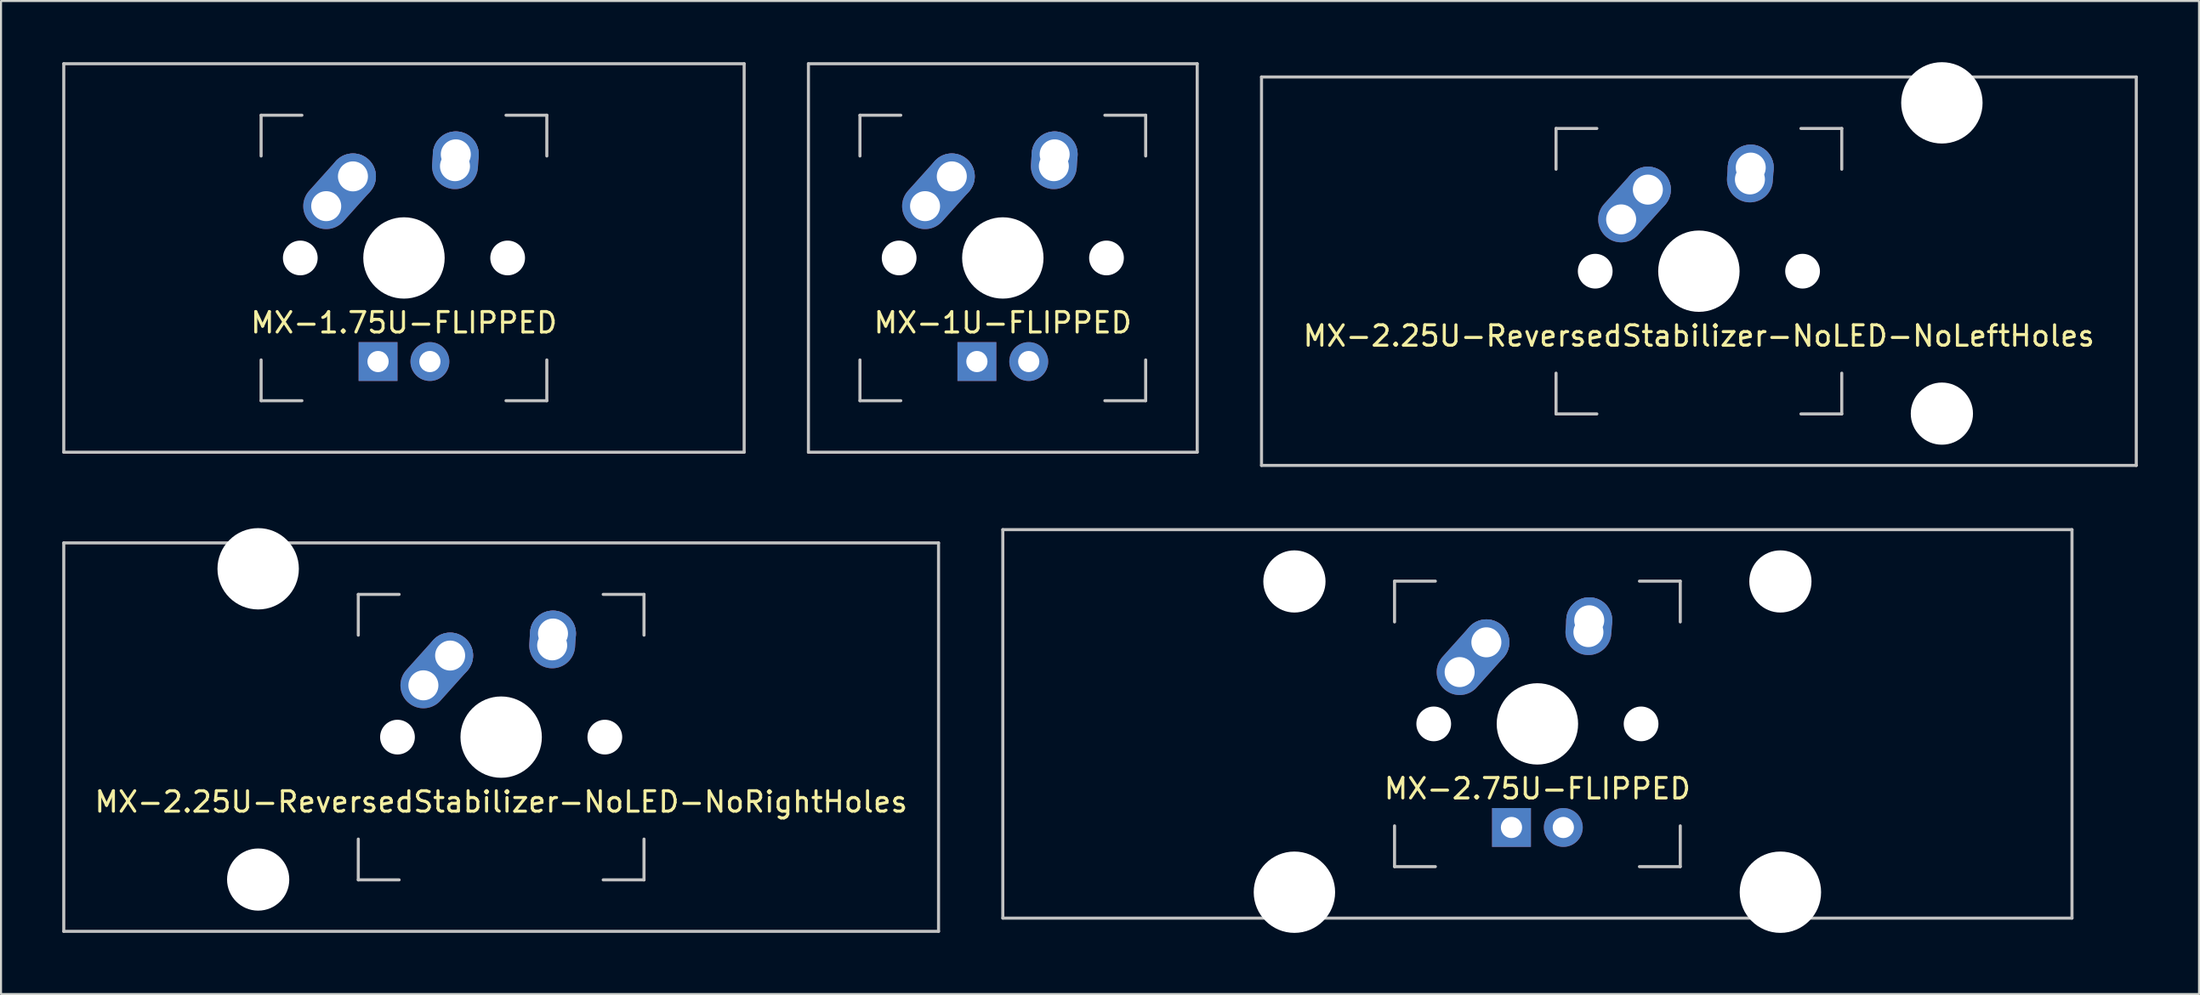
<source format=kicad_pcb>
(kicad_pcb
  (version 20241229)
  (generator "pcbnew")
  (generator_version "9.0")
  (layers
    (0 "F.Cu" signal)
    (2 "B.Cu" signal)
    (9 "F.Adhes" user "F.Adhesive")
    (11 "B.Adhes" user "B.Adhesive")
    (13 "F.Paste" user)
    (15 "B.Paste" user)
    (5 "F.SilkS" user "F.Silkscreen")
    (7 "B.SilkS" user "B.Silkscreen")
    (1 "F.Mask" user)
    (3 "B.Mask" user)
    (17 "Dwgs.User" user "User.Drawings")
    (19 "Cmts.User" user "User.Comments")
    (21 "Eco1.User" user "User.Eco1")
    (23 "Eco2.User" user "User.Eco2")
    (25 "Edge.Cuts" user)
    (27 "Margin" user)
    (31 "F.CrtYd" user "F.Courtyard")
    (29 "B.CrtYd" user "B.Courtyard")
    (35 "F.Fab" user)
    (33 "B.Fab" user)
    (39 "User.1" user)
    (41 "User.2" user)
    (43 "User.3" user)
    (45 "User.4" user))
  (footprint "MX-2.25U-ReversedStabilizer-NoLED-NoLeftHoles"
    (layer "F.Cu")
    (at 80.194 10.249)
    (property "Reference" "MX-2.25U-ReversedStabilizer-NoLED-NoLeftHoles" (at 0 3.175 0) (layer "F.SilkS") (effects (font (size 1 1) (thickness 0.15))))
    (attr through_hole)
    (fp_line (start -21.431 -9.525) (end 21.431 -9.525) (stroke (width 0.15) (type solid)) (layer "Dwgs.User"))
    (fp_line (start -21.431 9.525) (end -21.431 -9.525) (stroke (width 0.15) (type solid)) (layer "Dwgs.User"))
    (fp_line (start -21.431 9.525) (end 21.431 9.525) (stroke (width 0.15) (type solid)) (layer "Dwgs.User"))
    (fp_line (start -7 -7) (end -7 -5) (stroke (width 0.15) (type solid)) (layer "Dwgs.User"))
    (fp_line (start -7 5) (end -7 7) (stroke (width 0.15) (type solid)) (layer "Dwgs.User"))
    (fp_line (start -7 7) (end -5 7) (stroke (width 0.15) (type solid)) (layer "Dwgs.User"))
    (fp_line (start -5 -7) (end -7 -7) (stroke (width 0.15) (type solid)) (layer "Dwgs.User"))
    (fp_line (start 5 -7) (end 7 -7) (stroke (width 0.15) (type solid)) (layer "Dwgs.User"))
    (fp_line (start 5 7) (end 7 7) (stroke (width 0.15) (type solid)) (layer "Dwgs.User"))
    (fp_line (start 7 -7) (end 7 -5) (stroke (width 0.15) (type solid)) (layer "Dwgs.User"))
    (fp_line (start 7 7) (end 7 5) (stroke (width 0.15) (type solid)) (layer "Dwgs.User"))
    (fp_line (start 21.431 -9.525) (end 21.431 9.525) (stroke (width 0.15) (type solid)) (layer "Dwgs.User"))
    (pad "" np_thru_hole circle (at -5.08 0 48.1) (size 1.702 1.702) (drill 1.702) (layers "*.Cu" "*.Mask"))
    (pad "" np_thru_hole circle (at 0 0) (size 3.988 3.988) (drill 3.988) (layers "*.Cu" "*.Mask"))
    (pad "" np_thru_hole circle (at 5.08 0 48.1) (size 1.702 1.702) (drill 1.702) (layers "*.Cu" "*.Mask"))
    (pad "" np_thru_hole circle (at 11.906 -8.255) (size 3.988 3.988) (drill 3.988) (layers "*.Cu" "*.Mask"))
    (pad "" np_thru_hole circle (at 11.906 6.985) (size 3.048 3.048) (drill 3.048) (layers "*.Cu" "*.Mask"))
    (pad "1" thru_hole oval (at -3.81 -2.54 48.1) (size 4.212 2.25) (drill 1.47 (offset 0.981 0)) (layers "*.Cu" "*.Mask"))
    (pad "1" thru_hole circle (at -2.5 -4) (size 2.25 2.25) (drill 1.47) (layers "*.Cu" "*.Mask"))
    (pad "2" thru_hole oval (at 2.5 -4.5 86.055) (size 2.831 2.25) (drill 1.47 (offset 0.291 0)) (layers "*.Cu" "*.Mask"))
    (pad "2" thru_hole circle (at 2.54 -5.08) (size 2.25 2.25) (drill 1.47) (layers "*.Cu" "*.Mask")))
  (footprint "MX-1.75U-FLIPPED"
    (layer "F.Cu")
    (at 16.744 9.6)
    (property "Reference" "MX-1.75U-FLIPPED" (at 0 3.175 0) (layer "F.SilkS") (effects (font (size 1 1) (thickness 0.15))))
    (attr through_hole)
    (fp_line (start -16.669 -9.525) (end 16.669 -9.525) (stroke (width 0.15) (type solid)) (layer "Dwgs.User"))
    (fp_line (start -16.669 9.525) (end -16.669 -9.525) (stroke (width 0.15) (type solid)) (layer "Dwgs.User"))
    (fp_line (start -16.669 9.525) (end 16.669 9.525) (stroke (width 0.15) (type solid)) (layer "Dwgs.User"))
    (fp_line (start -7 -7) (end -7 -5) (stroke (width 0.15) (type solid)) (layer "Dwgs.User"))
    (fp_line (start -7 5) (end -7 7) (stroke (width 0.15) (type solid)) (layer "Dwgs.User"))
    (fp_line (start -7 7) (end -5 7) (stroke (width 0.15) (type solid)) (layer "Dwgs.User"))
    (fp_line (start -5 -7) (end -7 -7) (stroke (width 0.15) (type solid)) (layer "Dwgs.User"))
    (fp_line (start 5 -7) (end 7 -7) (stroke (width 0.15) (type solid)) (layer "Dwgs.User"))
    (fp_line (start 5 7) (end 7 7) (stroke (width 0.15) (type solid)) (layer "Dwgs.User"))
    (fp_line (start 7 -7) (end 7 -5) (stroke (width 0.15) (type solid)) (layer "Dwgs.User"))
    (fp_line (start 7 7) (end 7 5) (stroke (width 0.15) (type solid)) (layer "Dwgs.User"))
    (fp_line (start 16.669 -9.525) (end 16.669 9.525) (stroke (width 0.15) (type solid)) (layer "Dwgs.User"))
    (pad "" np_thru_hole circle (at -5.08 0 48.1) (size 1.702 1.702) (drill 1.702) (layers "*.Cu" "*.Mask"))
    (pad "" np_thru_hole circle (at 0 0) (size 3.988 3.988) (drill 3.988) (layers "*.Cu" "*.Mask"))
    (pad "" np_thru_hole circle (at 5.08 0 48.1) (size 1.702 1.702) (drill 1.702) (layers "*.Cu" "*.Mask"))
    (pad "1" thru_hole oval (at -3.81 -2.54 48.1) (size 4.212 2.25) (drill 1.47 (offset 0.981 0)) (layers "*.Cu" "*.Mask"))
    (pad "1" thru_hole circle (at -2.5 -4) (size 2.25 2.25) (drill 1.47) (layers "*.Cu" "*.Mask"))
    (pad "2" thru_hole oval (at 2.5 -4.5 86.055) (size 2.831 2.25) (drill 1.47 (offset 0.291 0)) (layers "*.Cu" "*.Mask"))
    (pad "2" thru_hole circle (at 2.54 -5.08) (size 2.25 2.25) (drill 1.47) (layers "*.Cu" "*.Mask"))
    (pad "3" thru_hole circle (at 1.27 5.08) (size 1.905 1.905) (drill 1.04) (layers "*.Cu" "*.Mask"))
    (pad "4" thru_hole rect (at -1.27 5.08) (size 1.905 1.905) (drill 1.04) (layers "*.Cu" "*.Mask")))
  (footprint "MX-2.25U-ReversedStabilizer-NoLED-NoRightHoles"
    (layer "F.Cu")
    (at 21.506 33.098)
    (property "Reference" "MX-2.25U-ReversedStabilizer-NoLED-NoRightHoles" (at 0 3.175 0) (layer "F.SilkS") (effects (font (size 1 1) (thickness 0.15))))
    (attr through_hole)
    (fp_line (start -21.431 -9.525) (end 21.431 -9.525) (stroke (width 0.15) (type solid)) (layer "Dwgs.User"))
    (fp_line (start -21.431 9.525) (end -21.431 -9.525) (stroke (width 0.15) (type solid)) (layer "Dwgs.User"))
    (fp_line (start -21.431 9.525) (end 21.431 9.525) (stroke (width 0.15) (type solid)) (layer "Dwgs.User"))
    (fp_line (start -7 -7) (end -7 -5) (stroke (width 0.15) (type solid)) (layer "Dwgs.User"))
    (fp_line (start -7 5) (end -7 7) (stroke (width 0.15) (type solid)) (layer "Dwgs.User"))
    (fp_line (start -7 7) (end -5 7) (stroke (width 0.15) (type solid)) (layer "Dwgs.User"))
    (fp_line (start -5 -7) (end -7 -7) (stroke (width 0.15) (type solid)) (layer "Dwgs.User"))
    (fp_line (start 5 -7) (end 7 -7) (stroke (width 0.15) (type solid)) (layer "Dwgs.User"))
    (fp_line (start 5 7) (end 7 7) (stroke (width 0.15) (type solid)) (layer "Dwgs.User"))
    (fp_line (start 7 -7) (end 7 -5) (stroke (width 0.15) (type solid)) (layer "Dwgs.User"))
    (fp_line (start 7 7) (end 7 5) (stroke (width 0.15) (type solid)) (layer "Dwgs.User"))
    (fp_line (start 21.431 -9.525) (end 21.431 9.525) (stroke (width 0.15) (type solid)) (layer "Dwgs.User"))
    (pad "" np_thru_hole circle (at -11.906 -8.255) (size 3.988 3.988) (drill 3.988) (layers "*.Cu" "*.Mask"))
    (pad "" np_thru_hole circle (at -11.906 6.985) (size 3.048 3.048) (drill 3.048) (layers "*.Cu" "*.Mask"))
    (pad "" np_thru_hole circle (at -5.08 0 48.1) (size 1.702 1.702) (drill 1.702) (layers "*.Cu" "*.Mask"))
    (pad "" np_thru_hole circle (at 0 0) (size 3.988 3.988) (drill 3.988) (layers "*.Cu" "*.Mask"))
    (pad "" np_thru_hole circle (at 5.08 0 48.1) (size 1.702 1.702) (drill 1.702) (layers "*.Cu" "*.Mask"))
    (pad "1" thru_hole oval (at -3.81 -2.54 48.1) (size 4.212 2.25) (drill 1.47 (offset 0.981 0)) (layers "*.Cu" "*.Mask"))
    (pad "1" thru_hole circle (at -2.5 -4) (size 2.25 2.25) (drill 1.47) (layers "*.Cu" "*.Mask"))
    (pad "2" thru_hole oval (at 2.5 -4.5 86.055) (size 2.831 2.25) (drill 1.47 (offset 0.291 0)) (layers "*.Cu" "*.Mask"))
    (pad "2" thru_hole circle (at 2.54 -5.08) (size 2.25 2.25) (drill 1.47) (layers "*.Cu" "*.Mask")))
  (footprint "MX-1U-FLIPPED"
    (layer "F.Cu")
    (at 46.087 9.6)
    (property "Reference" "MX-1U-FLIPPED" (at 0 3.175 0) (layer "F.SilkS") (effects (font (size 1 1) (thickness 0.15))))
    (attr through_hole)
    (fp_line (start -9.525 -9.525) (end 9.525 -9.525) (stroke (width 0.15) (type solid)) (layer "Dwgs.User"))
    (fp_line (start -9.525 9.525) (end -9.525 -9.525) (stroke (width 0.15) (type solid)) (layer "Dwgs.User"))
    (fp_line (start -7 -7) (end -7 -5) (stroke (width 0.15) (type solid)) (layer "Dwgs.User"))
    (fp_line (start -7 5) (end -7 7) (stroke (width 0.15) (type solid)) (layer "Dwgs.User"))
    (fp_line (start -7 7) (end -5 7) (stroke (width 0.15) (type solid)) (layer "Dwgs.User"))
    (fp_line (start -5 -7) (end -7 -7) (stroke (width 0.15) (type solid)) (layer "Dwgs.User"))
    (fp_line (start 5 -7) (end 7 -7) (stroke (width 0.15) (type solid)) (layer "Dwgs.User"))
    (fp_line (start 5 7) (end 7 7) (stroke (width 0.15) (type solid)) (layer "Dwgs.User"))
    (fp_line (start 7 -7) (end 7 -5) (stroke (width 0.15) (type solid)) (layer "Dwgs.User"))
    (fp_line (start 7 7) (end 7 5) (stroke (width 0.15) (type solid)) (layer "Dwgs.User"))
    (fp_line (start 9.525 -9.525) (end 9.525 9.525) (stroke (width 0.15) (type solid)) (layer "Dwgs.User"))
    (fp_line (start 9.525 9.525) (end -9.525 9.525) (stroke (width 0.15) (type solid)) (layer "Dwgs.User"))
    (pad "" np_thru_hole circle (at -5.08 0 48.1) (size 1.702 1.702) (drill 1.702) (layers "*.Cu" "*.Mask"))
    (pad "" np_thru_hole circle (at 0 0) (size 3.988 3.988) (drill 3.988) (layers "*.Cu" "*.Mask"))
    (pad "" np_thru_hole circle (at 5.08 0 48.1) (size 1.702 1.702) (drill 1.702) (layers "*.Cu" "*.Mask"))
    (pad "1" thru_hole oval (at -3.81 -2.54 48.1) (size 4.212 2.25) (drill 1.47 (offset 0.981 0)) (layers "*.Cu" "*.Mask"))
    (pad "1" thru_hole circle (at -2.5 -4) (size 2.25 2.25) (drill 1.47) (layers "*.Cu" "*.Mask"))
    (pad "2" thru_hole oval (at 2.5 -4.5 86.055) (size 2.831 2.25) (drill 1.47 (offset 0.291 0)) (layers "*.Cu" "*.Mask"))
    (pad "2" thru_hole circle (at 2.54 -5.08) (size 2.25 2.25) (drill 1.47) (layers "*.Cu" "*.Mask"))
    (pad "3" thru_hole circle (at 1.27 5.08) (size 1.905 1.905) (drill 1.04) (layers "*.Cu" "*.Mask"))
    (pad "4" thru_hole rect (at -1.27 5.08) (size 1.905 1.905) (drill 1.04) (layers "*.Cu" "*.Mask")))
  (footprint "MX-2.75U-FLIPPED"
    (layer "F.Cu")
    (at 72.281 32.449)
    (property "Reference" "MX-2.75U-FLIPPED" (at 0 3.175 0) (layer "F.SilkS") (effects (font (size 1 1) (thickness 0.15))))
    (attr through_hole)
    (fp_line (start -26.194 -9.525) (end 26.194 -9.525) (stroke (width 0.15) (type solid)) (layer "Dwgs.User"))
    (fp_line (start -26.194 9.525) (end -26.194 -9.525) (stroke (width 0.15) (type solid)) (layer "Dwgs.User"))
    (fp_line (start -26.194 9.525) (end 26.194 9.525) (stroke (width 0.15) (type solid)) (layer "Dwgs.User"))
    (fp_line (start -7 -7) (end -7 -5) (stroke (width 0.15) (type solid)) (layer "Dwgs.User"))
    (fp_line (start -7 5) (end -7 7) (stroke (width 0.15) (type solid)) (layer "Dwgs.User"))
    (fp_line (start -7 7) (end -5 7) (stroke (width 0.15) (type solid)) (layer "Dwgs.User"))
    (fp_line (start -5 -7) (end -7 -7) (stroke (width 0.15) (type solid)) (layer "Dwgs.User"))
    (fp_line (start 5 -7) (end 7 -7) (stroke (width 0.15) (type solid)) (layer "Dwgs.User"))
    (fp_line (start 5 7) (end 7 7) (stroke (width 0.15) (type solid)) (layer "Dwgs.User"))
    (fp_line (start 7 -7) (end 7 -5) (stroke (width 0.15) (type solid)) (layer "Dwgs.User"))
    (fp_line (start 7 7) (end 7 5) (stroke (width 0.15) (type solid)) (layer "Dwgs.User"))
    (fp_line (start 26.194 -9.525) (end 26.194 9.525) (stroke (width 0.15) (type solid)) (layer "Dwgs.User"))
    (pad "" np_thru_hole circle (at -11.906 -6.985) (size 3.048 3.048) (drill 3.048) (layers "*.Cu" "*.Mask"))
    (pad "" np_thru_hole circle (at -11.906 8.255) (size 3.988 3.988) (drill 3.988) (layers "*.Cu" "*.Mask"))
    (pad "" np_thru_hole circle (at -5.08 0 48.1) (size 1.702 1.702) (drill 1.702) (layers "*.Cu" "*.Mask"))
    (pad "" np_thru_hole circle (at 0 0) (size 3.988 3.988) (drill 3.988) (layers "*.Cu" "*.Mask"))
    (pad "" np_thru_hole circle (at 5.08 0 48.1) (size 1.702 1.702) (drill 1.702) (layers "*.Cu" "*.Mask"))
    (pad "" np_thru_hole circle (at 11.906 -6.985) (size 3.048 3.048) (drill 3.048) (layers "*.Cu" "*.Mask"))
    (pad "" np_thru_hole circle (at 11.906 8.255) (size 3.988 3.988) (drill 3.988) (layers "*.Cu" "*.Mask"))
    (pad "1" thru_hole oval (at -3.81 -2.54 48.1) (size 4.212 2.25) (drill 1.47 (offset 0.981 0)) (layers "*.Cu" "*.Mask"))
    (pad "1" thru_hole circle (at -2.5 -4) (size 2.25 2.25) (drill 1.47) (layers "*.Cu" "*.Mask"))
    (pad "2" thru_hole oval (at 2.5 -4.5 86.055) (size 2.831 2.25) (drill 1.47 (offset 0.291 0)) (layers "*.Cu" "*.Mask"))
    (pad "2" thru_hole circle (at 2.54 -5.08) (size 2.25 2.25) (drill 1.47) (layers "*.Cu" "*.Mask"))
    (pad "3" thru_hole circle (at 1.27 5.08) (size 1.905 1.905) (drill 1.04) (layers "*.Cu" "*.Mask"))
    (pad "4" thru_hole rect (at -1.27 5.08) (size 1.905 1.905) (drill 1.04) (layers "*.Cu" "*.Mask")))
  (gr_rect
    (start -3 -3)
    (end 104.7 45.698)
    (stroke (width 0.1) (type default))
    (fill no)
    (layer "Edge.Cuts")))
</source>
